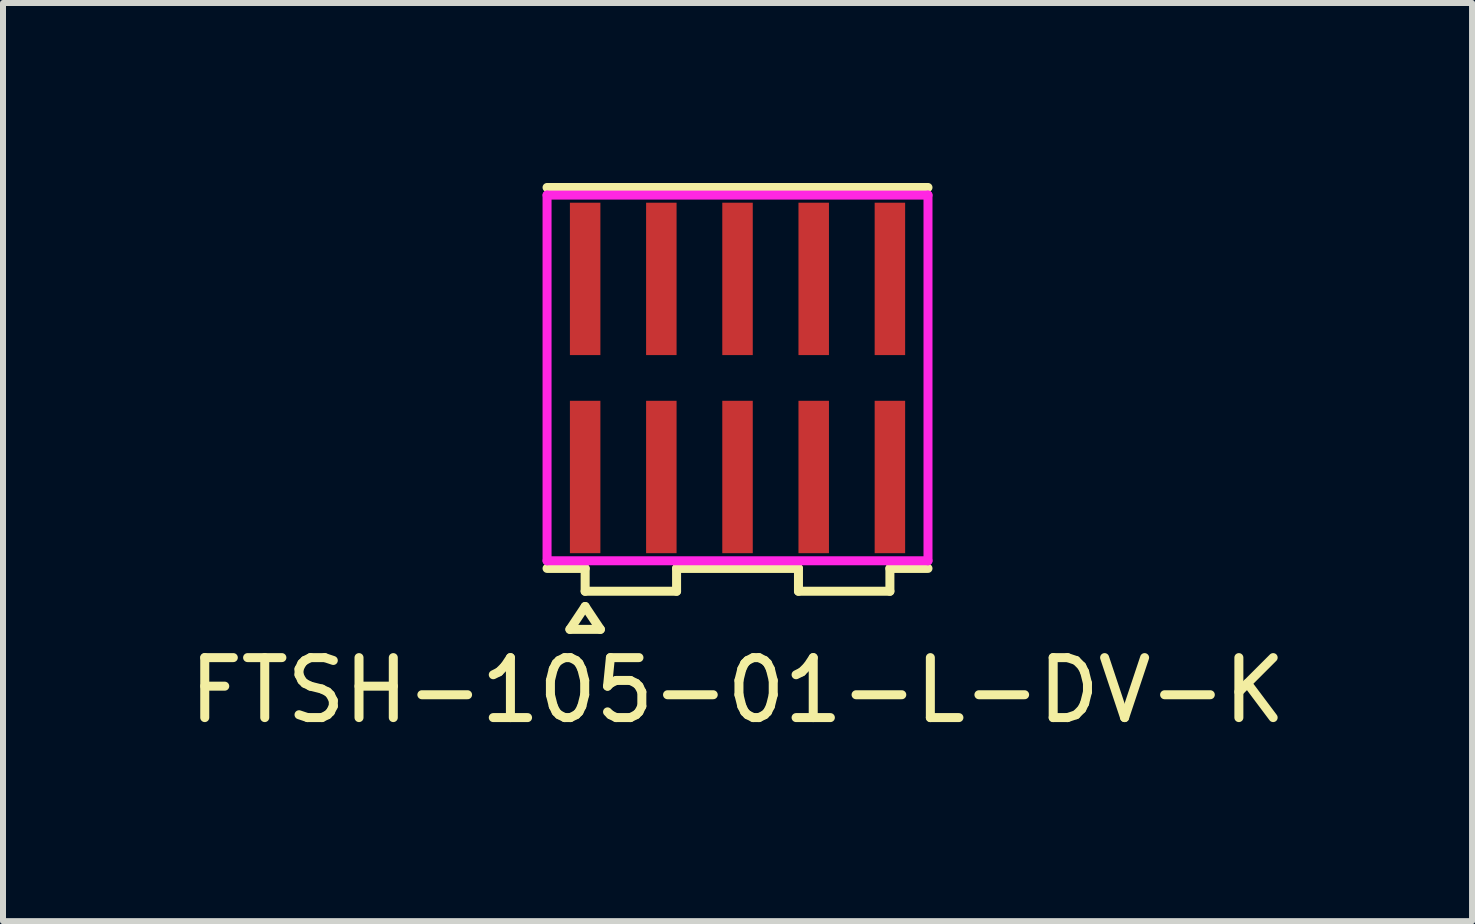
<source format=kicad_pcb>
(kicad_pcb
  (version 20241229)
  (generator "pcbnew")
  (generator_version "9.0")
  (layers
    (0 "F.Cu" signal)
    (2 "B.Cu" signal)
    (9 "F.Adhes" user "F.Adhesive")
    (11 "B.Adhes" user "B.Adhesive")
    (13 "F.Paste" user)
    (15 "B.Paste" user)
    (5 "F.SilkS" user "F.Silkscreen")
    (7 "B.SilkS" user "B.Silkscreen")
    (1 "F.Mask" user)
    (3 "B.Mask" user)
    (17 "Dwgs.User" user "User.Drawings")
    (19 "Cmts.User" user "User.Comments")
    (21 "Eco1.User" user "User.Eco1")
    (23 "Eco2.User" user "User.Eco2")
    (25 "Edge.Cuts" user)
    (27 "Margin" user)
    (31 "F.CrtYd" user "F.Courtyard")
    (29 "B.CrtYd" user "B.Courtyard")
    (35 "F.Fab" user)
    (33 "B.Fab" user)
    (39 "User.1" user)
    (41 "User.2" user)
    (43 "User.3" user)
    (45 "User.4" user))
  (footprint "FTSH-105-01-L-DV-K"
    (layer "F.Cu")
    (at 9.244 3.25)
    (property "Reference" "FTSH-105-01-L-DV-K" (at 0 5.207 0) (layer "F.SilkS") (effects (font (size 1 1) (thickness 0.15))))
    (attr through_hole)
    (fp_line (start -3.175 -3.175) (end 3.175 -3.175) (stroke (width 0.15) (type solid)) (layer "F.SilkS"))
    (fp_line (start -2.794 4.191) (end -2.286 4.191) (stroke (width 0.15) (type solid)) (layer "F.SilkS"))
    (fp_line (start -2.54 3.175) (end -3.175 3.175) (stroke (width 0.15) (type solid)) (layer "F.SilkS"))
    (fp_line (start -2.54 3.175) (end -2.54 3.556) (stroke (width 0.15) (type solid)) (layer "F.SilkS"))
    (fp_line (start -2.54 3.556) (end -1.016 3.556) (stroke (width 0.15) (type solid)) (layer "F.SilkS"))
    (fp_line (start -2.54 3.81) (end -2.794 4.191) (stroke (width 0.15) (type solid)) (layer "F.SilkS"))
    (fp_line (start -2.286 4.191) (end -2.54 3.81) (stroke (width 0.15) (type solid)) (layer "F.SilkS"))
    (fp_line (start -1.016 3.175) (end 1.016 3.175) (stroke (width 0.15) (type solid)) (layer "F.SilkS"))
    (fp_line (start -1.016 3.556) (end -1.016 3.175) (stroke (width 0.15) (type solid)) (layer "F.SilkS"))
    (fp_line (start 1.016 3.175) (end 1.016 3.556) (stroke (width 0.15) (type solid)) (layer "F.SilkS"))
    (fp_line (start 1.016 3.556) (end 2.54 3.556) (stroke (width 0.15) (type solid)) (layer "F.SilkS"))
    (fp_line (start 2.54 3.175) (end 3.175 3.175) (stroke (width 0.15) (type solid)) (layer "F.SilkS"))
    (fp_line (start 2.54 3.556) (end 2.54 3.175) (stroke (width 0.15) (type solid)) (layer "F.SilkS"))
    (fp_line (start -3.175 -3.048) (end 3.175 -3.048) (stroke (width 0.15) (type solid)) (layer "F.CrtYd"))
    (fp_line (start -3.175 3.048) (end -3.175 -3.048) (stroke (width 0.15) (type solid)) (layer "F.CrtYd"))
    (fp_line (start 3.175 -3.048) (end 3.175 3.048) (stroke (width 0.15) (type solid)) (layer "F.CrtYd"))
    (fp_line (start 3.175 3.048) (end -3.175 3.048) (stroke (width 0.15) (type solid)) (layer "F.CrtYd"))
    (pad "1" smd rect (at -2.54 1.651) (size 0.508 2.54) (layers "F.Cu" "F.Mask" "F.Paste"))
    (pad "2" smd rect (at -2.54 -1.651) (size 0.508 2.54) (layers "F.Cu" "F.Mask" "F.Paste"))
    (pad "3" smd rect (at -1.27 1.651) (size 0.508 2.54) (layers "F.Cu" "F.Mask" "F.Paste"))
    (pad "4" smd rect (at -1.27 -1.651) (size 0.508 2.54) (layers "F.Cu" "F.Mask" "F.Paste"))
    (pad "5" smd rect (at 0 1.651) (size 0.508 2.54) (layers "F.Cu" "F.Mask" "F.Paste"))
    (pad "6" smd rect (at 0 -1.651) (size 0.508 2.54) (layers "F.Cu" "F.Mask" "F.Paste"))
    (pad "7" smd rect (at 1.27 1.651) (size 0.508 2.54) (layers "F.Cu" "F.Mask" "F.Paste"))
    (pad "8" smd rect (at 1.27 -1.651) (size 0.508 2.54) (layers "F.Cu" "F.Mask" "F.Paste"))
    (pad "9" smd rect (at 2.54 1.651) (size 0.508 2.54) (layers "F.Cu" "F.Mask" "F.Paste"))
    (pad "10" smd rect (at 2.54 -1.651) (size 0.508 2.54) (layers "F.Cu" "F.Mask" "F.Paste")))
  (gr_rect
    (start -3 -3)
    (end 21.488 12.305)
    (stroke (width 0.1) (type default))
    (fill no)
    (layer "Edge.Cuts")))
</source>
